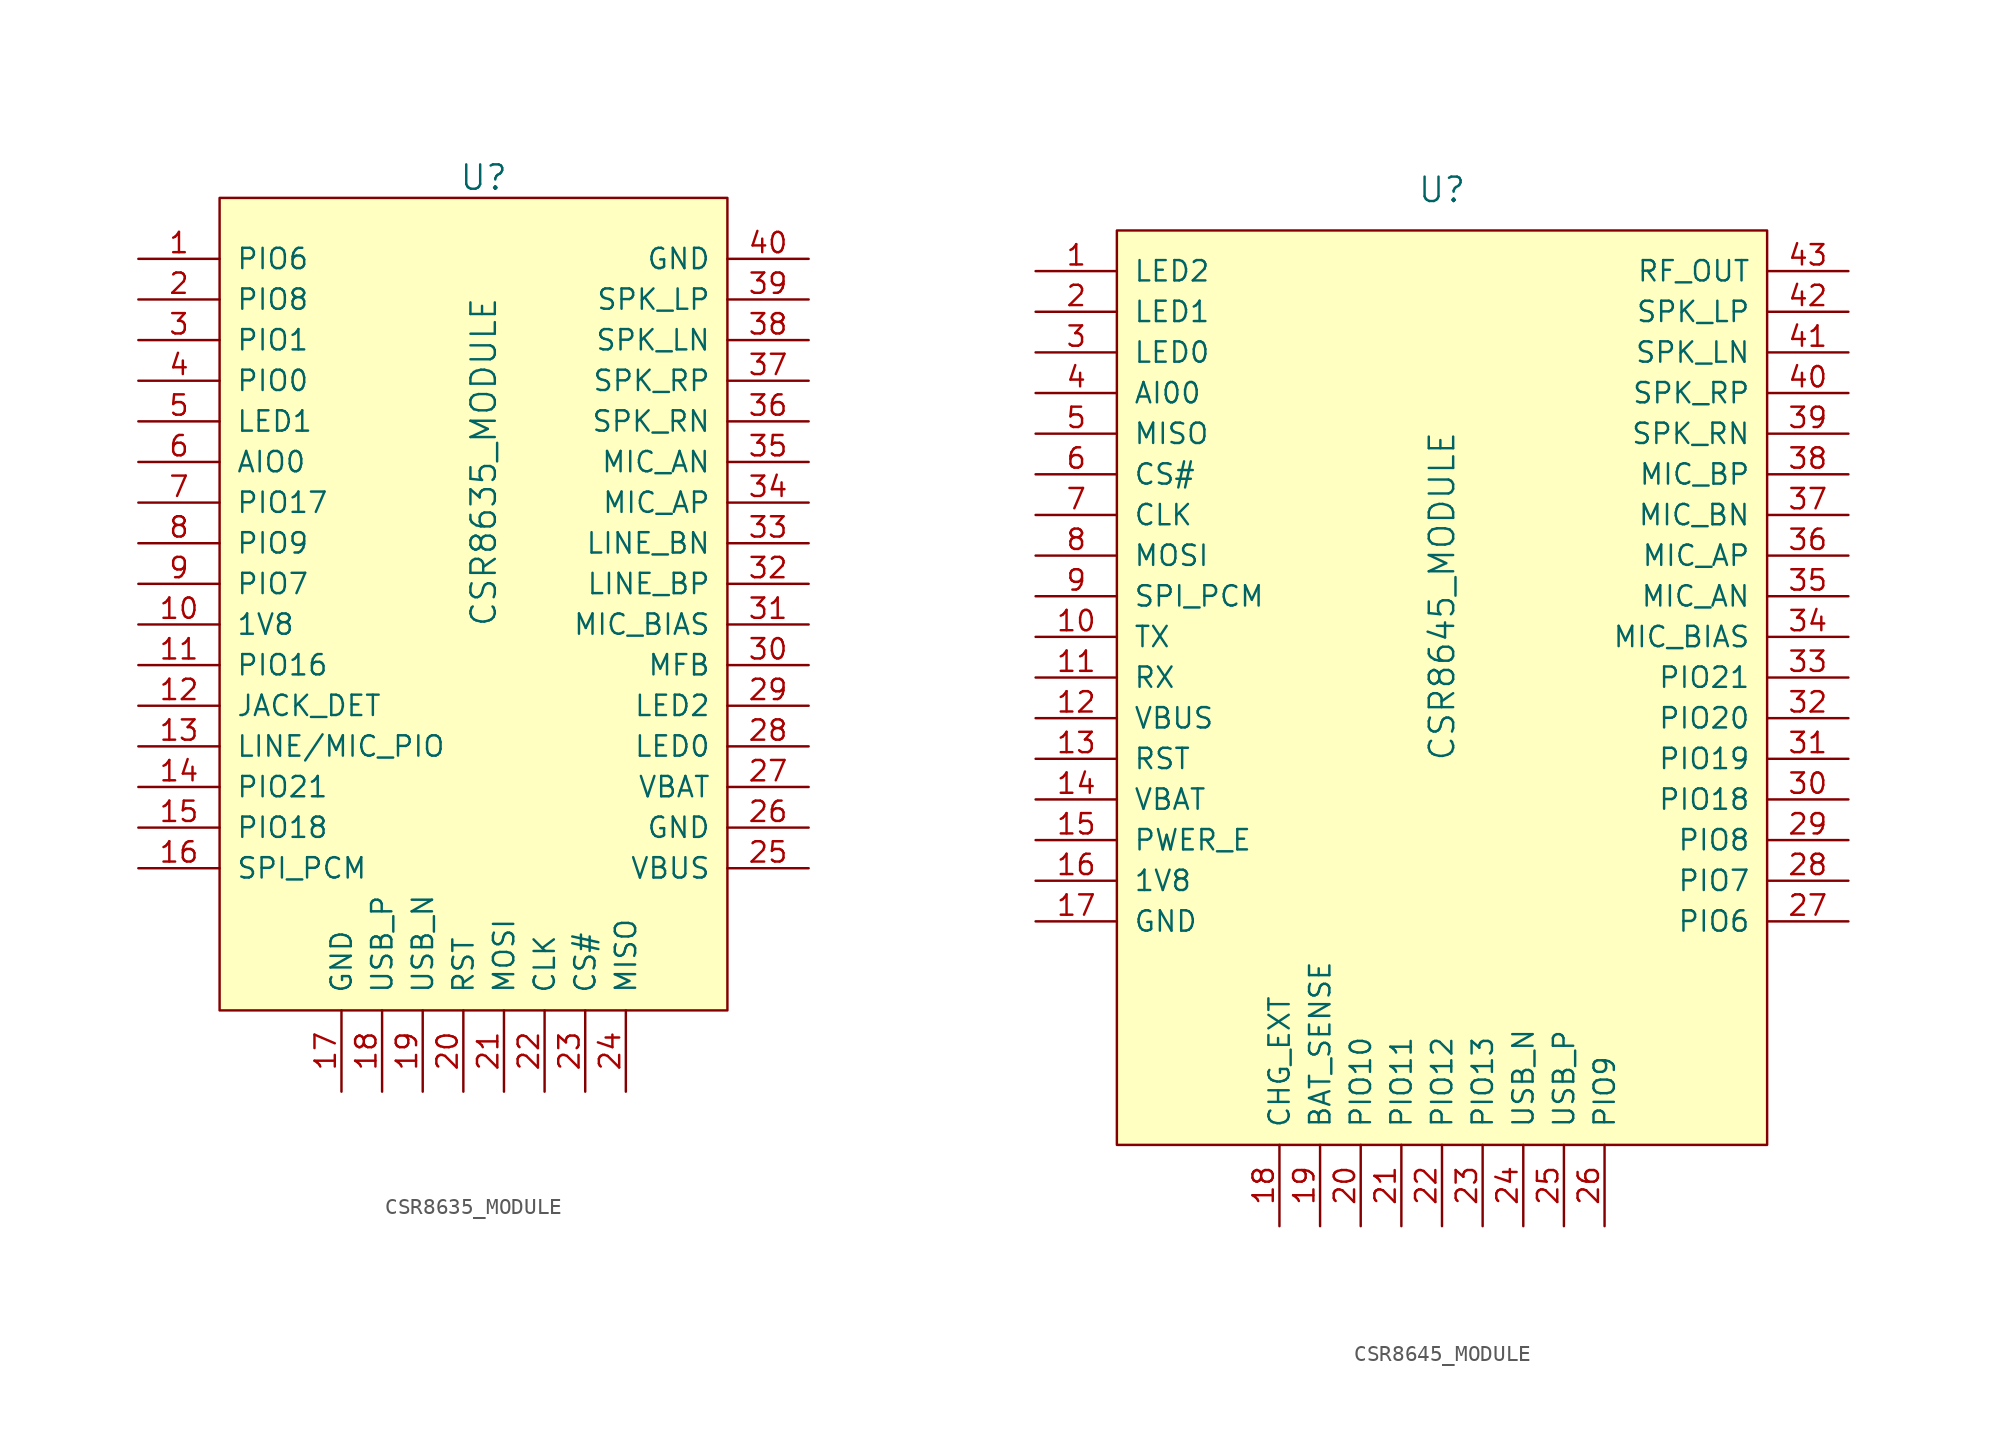
<source format=kicad_sym>
(kicad_symbol_lib
  (version 20211014)
  (generator kicad_symbol_editor)
  (symbol "CSR8635_MODULE"
    (pin_names
      (offset 1.016))
    (property "Reference" "U"
      (at 0 25.4 0)
      (effects (font (size 1.524 1.524))))
    (property "Value" "CSR8635_MODULE"
      (at 0 7.62 90)
      (effects (font (size 1.524 1.524))))
    (property "Footprint" ""
      (at 0 1.27 0)
      (effects (font (size 1.524 1.524))))
    (property "Datasheet" ""
      (at 0 1.27 0)
      (effects (font (size 1.524 1.524))))
    (symbol "CSR8635_MODULE_0_1"
      (rectangle (start -16.51 24.13) (end 15.24 -26.67) (stroke (width 0) (type default) (color 0 0 0 0)) (fill (type background))))
    (symbol "CSR8635_MODULE_1_1"
      (pin input line (at -21.59 20.32 0) (length 5.08) (name "PIO6" (effects (font (size 1.27 1.27)))) (number "1" (effects (font (size 1.27 1.27)))))
      (pin input line (at -21.59 -2.54 0) (length 5.08) (name "1V8" (effects (font (size 1.27 1.27)))) (number "10" (effects (font (size 1.27 1.27)))))
      (pin input line (at -21.59 -5.08 0) (length 5.08) (name "PIO16" (effects (font (size 1.27 1.27)))) (number "11" (effects (font (size 1.27 1.27)))))
      (pin input line (at -21.59 -7.62 0) (length 5.08) (name "JACK_DET" (effects (font (size 1.27 1.27)))) (number "12" (effects (font (size 1.27 1.27)))))
      (pin input line (at -21.59 -10.16 0) (length 5.08) (name "LINE/MIC_PIO" (effects (font (size 1.27 1.27)))) (number "13" (effects (font (size 1.27 1.27)))))
      (pin input line (at -21.59 -12.7 0) (length 5.08) (name "PIO21" (effects (font (size 1.27 1.27)))) (number "14" (effects (font (size 1.27 1.27)))))
      (pin input line (at -21.59 -15.24 0) (length 5.08) (name "PIO18" (effects (font (size 1.27 1.27)))) (number "15" (effects (font (size 1.27 1.27)))))
      (pin input line (at -21.59 -17.78 0) (length 5.08) (name "SPI_PCM" (effects (font (size 1.27 1.27)))) (number "16" (effects (font (size 1.27 1.27)))))
      (pin input line (at -8.89 -31.75 90) (length 5.08) (name "GND" (effects (font (size 1.27 1.27)))) (number "17" (effects (font (size 1.27 1.27)))))
      (pin input line (at -6.35 -31.75 90) (length 5.08) (name "USB_P" (effects (font (size 1.27 1.27)))) (number "18" (effects (font (size 1.27 1.27)))))
      (pin input line (at -3.81 -31.75 90) (length 5.08) (name "USB_N" (effects (font (size 1.27 1.27)))) (number "19" (effects (font (size 1.27 1.27)))))
      (pin input line (at -21.59 17.78 0) (length 5.08) (name "PIO8" (effects (font (size 1.27 1.27)))) (number "2" (effects (font (size 1.27 1.27)))))
      (pin input line (at -1.27 -31.75 90) (length 5.08) (name "RST" (effects (font (size 1.27 1.27)))) (number "20" (effects (font (size 1.27 1.27)))))
      (pin input line (at 1.27 -31.75 90) (length 5.08) (name "MOSI" (effects (font (size 1.27 1.27)))) (number "21" (effects (font (size 1.27 1.27)))))
      (pin input line (at 3.81 -31.75 90) (length 5.08) (name "CLK" (effects (font (size 1.27 1.27)))) (number "22" (effects (font (size 1.27 1.27)))))
      (pin input line (at 6.35 -31.75 90) (length 5.08) (name "CS#" (effects (font (size 1.27 1.27)))) (number "23" (effects (font (size 1.27 1.27)))))
      (pin input line (at 8.89 -31.75 90) (length 5.08) (name "MISO" (effects (font (size 1.27 1.27)))) (number "24" (effects (font (size 1.27 1.27)))))
      (pin input line (at 20.32 -17.78 180) (length 5.08) (name "VBUS" (effects (font (size 1.27 1.27)))) (number "25" (effects (font (size 1.27 1.27)))))
      (pin input line (at 20.32 -15.24 180) (length 5.08) (name "GND" (effects (font (size 1.27 1.27)))) (number "26" (effects (font (size 1.27 1.27)))))
      (pin input line (at 20.32 -12.7 180) (length 5.08) (name "VBAT" (effects (font (size 1.27 1.27)))) (number "27" (effects (font (size 1.27 1.27)))))
      (pin input line (at 20.32 -10.16 180) (length 5.08) (name "LED0" (effects (font (size 1.27 1.27)))) (number "28" (effects (font (size 1.27 1.27)))))
      (pin input line (at 20.32 -7.62 180) (length 5.08) (name "LED2" (effects (font (size 1.27 1.27)))) (number "29" (effects (font (size 1.27 1.27)))))
      (pin input line (at -21.59 15.24 0) (length 5.08) (name "PIO1" (effects (font (size 1.27 1.27)))) (number "3" (effects (font (size 1.27 1.27)))))
      (pin input line (at 20.32 -5.08 180) (length 5.08) (name "MFB" (effects (font (size 1.27 1.27)))) (number "30" (effects (font (size 1.27 1.27)))))
      (pin input line (at 20.32 -2.54 180) (length 5.08) (name "MIC_BIAS" (effects (font (size 1.27 1.27)))) (number "31" (effects (font (size 1.27 1.27)))))
      (pin input line (at 20.32 0 180) (length 5.08) (name "LINE_BP" (effects (font (size 1.27 1.27)))) (number "32" (effects (font (size 1.27 1.27)))))
      (pin input line (at 20.32 2.54 180) (length 5.08) (name "LINE_BN" (effects (font (size 1.27 1.27)))) (number "33" (effects (font (size 1.27 1.27)))))
      (pin input line (at 20.32 5.08 180) (length 5.08) (name "MIC_AP" (effects (font (size 1.27 1.27)))) (number "34" (effects (font (size 1.27 1.27)))))
      (pin input line (at 20.32 7.62 180) (length 5.08) (name "MIC_AN" (effects (font (size 1.27 1.27)))) (number "35" (effects (font (size 1.27 1.27)))))
      (pin input line (at 20.32 10.16 180) (length 5.08) (name "SPK_RN" (effects (font (size 1.27 1.27)))) (number "36" (effects (font (size 1.27 1.27)))))
      (pin input line (at 20.32 12.7 180) (length 5.08) (name "SPK_RP" (effects (font (size 1.27 1.27)))) (number "37" (effects (font (size 1.27 1.27)))))
      (pin input line (at 20.32 15.24 180) (length 5.08) (name "SPK_LN" (effects (font (size 1.27 1.27)))) (number "38" (effects (font (size 1.27 1.27)))))
      (pin input line (at 20.32 17.78 180) (length 5.08) (name "SPK_LP" (effects (font (size 1.27 1.27)))) (number "39" (effects (font (size 1.27 1.27)))))
      (pin input line (at -21.59 12.7 0) (length 5.08) (name "PIO0" (effects (font (size 1.27 1.27)))) (number "4" (effects (font (size 1.27 1.27)))))
      (pin input line (at 20.32 20.32 180) (length 5.08) (name "GND" (effects (font (size 1.27 1.27)))) (number "40" (effects (font (size 1.27 1.27)))))
      (pin input line (at -21.59 10.16 0) (length 5.08) (name "LED1" (effects (font (size 1.27 1.27)))) (number "5" (effects (font (size 1.27 1.27)))))
      (pin input line (at -21.59 7.62 0) (length 5.08) (name "AIO0" (effects (font (size 1.27 1.27)))) (number "6" (effects (font (size 1.27 1.27)))))
      (pin input line (at -21.59 5.08 0) (length 5.08) (name "PIO17" (effects (font (size 1.27 1.27)))) (number "7" (effects (font (size 1.27 1.27)))))
      (pin input line (at -21.59 2.54 0) (length 5.08) (name "PIO9" (effects (font (size 1.27 1.27)))) (number "8" (effects (font (size 1.27 1.27)))))
      (pin input line (at -21.59 0 0) (length 5.08) (name "PIO7" (effects (font (size 1.27 1.27)))) (number "9" (effects (font (size 1.27 1.27)))))))
  (symbol "CSR8645_MODULE"
    (pin_names
      (offset 1.016))
    (property "Reference" "U"
      (at 0 25.4 0)
      (effects (font (size 1.524 1.524))))
    (property "Value" "CSR8645_MODULE"
      (at 0 0 90)
      (effects (font (size 1.524 1.524))))
    (property "Footprint" ""
      (at 0 0 0)
      (effects (font (size 1.524 1.524))))
    (property "Datasheet" ""
      (at 0 0 0)
      (effects (font (size 1.524 1.524))))
    (symbol "CSR8645_MODULE_0_1"
      (rectangle (start -20.32 22.86) (end 20.32 -34.29) (stroke (width 0) (type default) (color 0 0 0 0)) (fill (type background))))
    (symbol "CSR8645_MODULE_1_1"
      (pin input line (at -25.4 20.32 0) (length 5.08) (name "LED2" (effects (font (size 1.27 1.27)))) (number "1" (effects (font (size 1.27 1.27)))))
      (pin input line (at -25.4 -2.54 0) (length 5.08) (name "TX" (effects (font (size 1.27 1.27)))) (number "10" (effects (font (size 1.27 1.27)))))
      (pin input line (at -25.4 -5.08 0) (length 5.08) (name "RX" (effects (font (size 1.27 1.27)))) (number "11" (effects (font (size 1.27 1.27)))))
      (pin input line (at -25.4 -7.62 0) (length 5.08) (name "VBUS" (effects (font (size 1.27 1.27)))) (number "12" (effects (font (size 1.27 1.27)))))
      (pin input line (at -25.4 -10.16 0) (length 5.08) (name "RST" (effects (font (size 1.27 1.27)))) (number "13" (effects (font (size 1.27 1.27)))))
      (pin input line (at -25.4 -12.7 0) (length 5.08) (name "VBAT" (effects (font (size 1.27 1.27)))) (number "14" (effects (font (size 1.27 1.27)))))
      (pin input line (at -25.4 -15.24 0) (length 5.08) (name "PWER_E" (effects (font (size 1.27 1.27)))) (number "15" (effects (font (size 1.27 1.27)))))
      (pin input line (at -25.4 -17.78 0) (length 5.08) (name "1V8" (effects (font (size 1.27 1.27)))) (number "16" (effects (font (size 1.27 1.27)))))
      (pin input line (at -25.4 -20.32 0) (length 5.08) (name "GND" (effects (font (size 1.27 1.27)))) (number "17" (effects (font (size 1.27 1.27)))))
      (pin input line (at -10.16 -39.37 90) (length 5.08) (name "CHG_EXT" (effects (font (size 1.27 1.27)))) (number "18" (effects (font (size 1.27 1.27)))))
      (pin input line (at -7.62 -39.37 90) (length 5.08) (name "BAT_SENSE" (effects (font (size 1.27 1.27)))) (number "19" (effects (font (size 1.27 1.27)))))
      (pin input line (at -25.4 17.78 0) (length 5.08) (name "LED1" (effects (font (size 1.27 1.27)))) (number "2" (effects (font (size 1.27 1.27)))))
      (pin input line (at -5.08 -39.37 90) (length 5.08) (name "PIO10" (effects (font (size 1.27 1.27)))) (number "20" (effects (font (size 1.27 1.27)))))
      (pin input line (at -2.54 -39.37 90) (length 5.08) (name "PIO11" (effects (font (size 1.27 1.27)))) (number "21" (effects (font (size 1.27 1.27)))))
      (pin input line (at 0 -39.37 90) (length 5.08) (name "PIO12" (effects (font (size 1.27 1.27)))) (number "22" (effects (font (size 1.27 1.27)))))
      (pin input line (at 2.54 -39.37 90) (length 5.08) (name "PIO13" (effects (font (size 1.27 1.27)))) (number "23" (effects (font (size 1.27 1.27)))))
      (pin input line (at 5.08 -39.37 90) (length 5.08) (name "USB_N" (effects (font (size 1.27 1.27)))) (number "24" (effects (font (size 1.27 1.27)))))
      (pin input line (at 7.62 -39.37 90) (length 5.08) (name "USB_P" (effects (font (size 1.27 1.27)))) (number "25" (effects (font (size 1.27 1.27)))))
      (pin input line (at 10.16 -39.37 90) (length 5.08) (name "PIO9" (effects (font (size 1.27 1.27)))) (number "26" (effects (font (size 1.27 1.27)))))
      (pin input line (at 25.4 -20.32 180) (length 5.08) (name "PIO6" (effects (font (size 1.27 1.27)))) (number "27" (effects (font (size 1.27 1.27)))))
      (pin input line (at 25.4 -17.78 180) (length 5.08) (name "PIO7" (effects (font (size 1.27 1.27)))) (number "28" (effects (font (size 1.27 1.27)))))
      (pin input line (at 25.4 -15.24 180) (length 5.08) (name "PIO8" (effects (font (size 1.27 1.27)))) (number "29" (effects (font (size 1.27 1.27)))))
      (pin input line (at -25.4 15.24 0) (length 5.08) (name "LED0" (effects (font (size 1.27 1.27)))) (number "3" (effects (font (size 1.27 1.27)))))
      (pin input line (at 25.4 -12.7 180) (length 5.08) (name "PIO18" (effects (font (size 1.27 1.27)))) (number "30" (effects (font (size 1.27 1.27)))))
      (pin input line (at 25.4 -10.16 180) (length 5.08) (name "PIO19" (effects (font (size 1.27 1.27)))) (number "31" (effects (font (size 1.27 1.27)))))
      (pin input line (at 25.4 -7.62 180) (length 5.08) (name "PIO20" (effects (font (size 1.27 1.27)))) (number "32" (effects (font (size 1.27 1.27)))))
      (pin input line (at 25.4 -5.08 180) (length 5.08) (name "PIO21" (effects (font (size 1.27 1.27)))) (number "33" (effects (font (size 1.27 1.27)))))
      (pin input line (at 25.4 -2.54 180) (length 5.08) (name "MIC_BIAS" (effects (font (size 1.27 1.27)))) (number "34" (effects (font (size 1.27 1.27)))))
      (pin input line (at 25.4 0 180) (length 5.08) (name "MIC_AN" (effects (font (size 1.27 1.27)))) (number "35" (effects (font (size 1.27 1.27)))))
      (pin input line (at 25.4 2.54 180) (length 5.08) (name "MIC_AP" (effects (font (size 1.27 1.27)))) (number "36" (effects (font (size 1.27 1.27)))))
      (pin input line (at 25.4 5.08 180) (length 5.08) (name "MIC_BN" (effects (font (size 1.27 1.27)))) (number "37" (effects (font (size 1.27 1.27)))))
      (pin input line (at 25.4 7.62 180) (length 5.08) (name "MIC_BP" (effects (font (size 1.27 1.27)))) (number "38" (effects (font (size 1.27 1.27)))))
      (pin output line (at 25.4 10.16 180) (length 5.08) (name "SPK_RN" (effects (font (size 1.27 1.27)))) (number "39" (effects (font (size 1.27 1.27)))))
      (pin input line (at -25.4 12.7 0) (length 5.08) (name "AI00" (effects (font (size 1.27 1.27)))) (number "4" (effects (font (size 1.27 1.27)))))
      (pin output line (at 25.4 12.7 180) (length 5.08) (name "SPK_RP" (effects (font (size 1.27 1.27)))) (number "40" (effects (font (size 1.27 1.27)))))
      (pin output line (at 25.4 15.24 180) (length 5.08) (name "SPK_LN" (effects (font (size 1.27 1.27)))) (number "41" (effects (font (size 1.27 1.27)))))
      (pin output line (at 25.4 17.78 180) (length 5.08) (name "SPK_LP" (effects (font (size 1.27 1.27)))) (number "42" (effects (font (size 1.27 1.27)))))
      (pin input line (at 25.4 20.32 180) (length 5.08) (name "RF_OUT" (effects (font (size 1.27 1.27)))) (number "43" (effects (font (size 1.27 1.27)))))
      (pin output line (at -25.4 10.16 0) (length 5.08) (name "MISO" (effects (font (size 1.27 1.27)))) (number "5" (effects (font (size 1.27 1.27)))))
      (pin input line (at -25.4 7.62 0) (length 5.08) (name "CS#" (effects (font (size 1.27 1.27)))) (number "6" (effects (font (size 1.27 1.27)))))
      (pin input line (at -25.4 5.08 0) (length 5.08) (name "CLK" (effects (font (size 1.27 1.27)))) (number "7" (effects (font (size 1.27 1.27)))))
      (pin input line (at -25.4 2.54 0) (length 5.08) (name "MOSI" (effects (font (size 1.27 1.27)))) (number "8" (effects (font (size 1.27 1.27)))))
      (pin input line (at -25.4 0 0) (length 5.08) (name "SPI_PCM" (effects (font (size 1.27 1.27)))) (number "9" (effects (font (size 1.27 1.27))))))))
</source>
